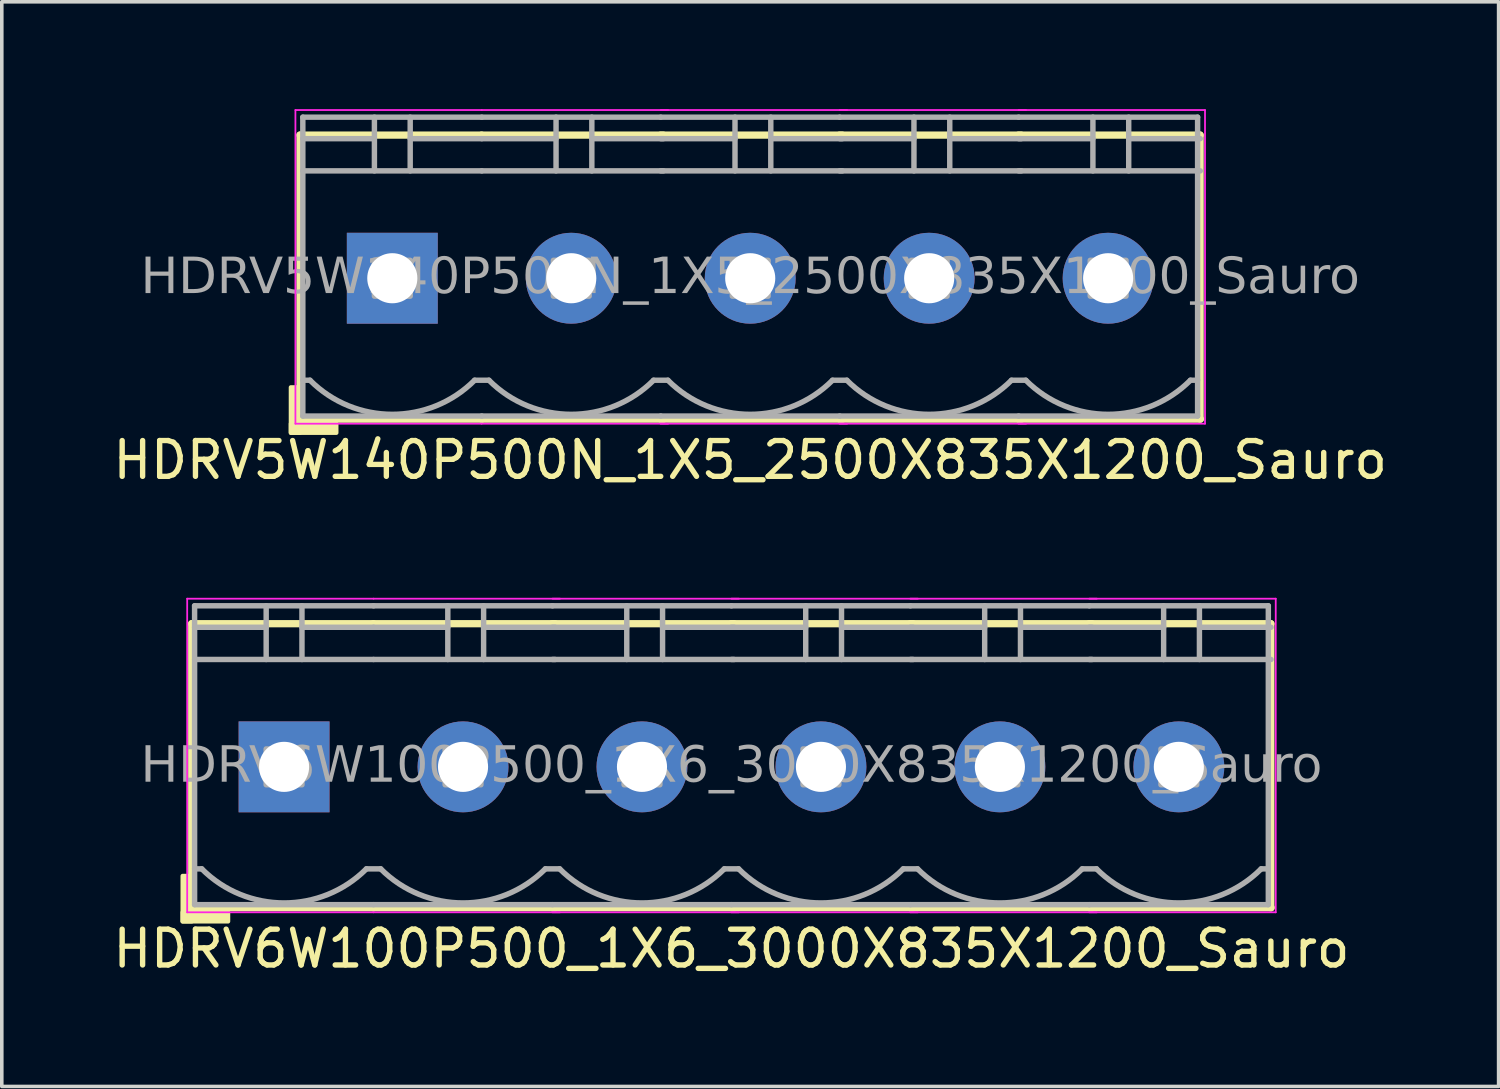
<source format=kicad_pcb>
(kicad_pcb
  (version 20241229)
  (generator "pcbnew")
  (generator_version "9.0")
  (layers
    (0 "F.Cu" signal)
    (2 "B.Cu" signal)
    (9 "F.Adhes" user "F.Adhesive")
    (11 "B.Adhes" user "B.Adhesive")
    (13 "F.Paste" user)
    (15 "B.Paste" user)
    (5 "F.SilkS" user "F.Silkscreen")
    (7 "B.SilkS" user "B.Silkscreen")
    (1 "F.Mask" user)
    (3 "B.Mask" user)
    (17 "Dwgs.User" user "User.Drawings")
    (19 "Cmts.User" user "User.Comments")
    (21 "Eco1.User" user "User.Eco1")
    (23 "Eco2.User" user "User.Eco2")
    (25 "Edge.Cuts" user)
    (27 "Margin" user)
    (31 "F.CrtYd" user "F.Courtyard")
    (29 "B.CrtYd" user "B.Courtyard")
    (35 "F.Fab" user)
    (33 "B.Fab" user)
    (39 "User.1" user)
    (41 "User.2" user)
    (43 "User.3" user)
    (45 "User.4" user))
  (footprint "HDRV5W140P500N_1X5_2500X835X1200_Sauro"
    (layer "F.Cu")
    (at 17.911 4.724)
    (property "Reference" "HDRV5W140P500N_1X5_2500X835X1200_Sauro" (at 0 5.08 0) (layer "F.SilkS") (effects (font (size 1 1) (thickness 0.15))))
    (attr through_hole)
    (fp_line (start -12.58 -4) (end -12.58 3.937) (stroke (width 0.203) (type solid)) (layer "F.SilkS"))
    (fp_line (start -12.58 3.937) (end -7.5 3.937) (stroke (width 0.203) (type solid)) (layer "F.SilkS"))
    (fp_line (start -7.505 -4) (end -12.58 -4) (stroke (width 0.203) (type solid)) (layer "F.SilkS"))
    (fp_line (start -7.5 3.937) (end -2.42 3.937) (stroke (width 0.203) (type solid)) (layer "F.SilkS"))
    (fp_line (start -2.5 3.937) (end 2.58 3.937) (stroke (width 0.203) (type solid)) (layer "F.SilkS"))
    (fp_line (start -2.43 -4) (end -7.505 -4) (stroke (width 0.203) (type solid)) (layer "F.SilkS"))
    (fp_line (start 2.5 3.937) (end 7.58 3.937) (stroke (width 0.203) (type solid)) (layer "F.SilkS"))
    (fp_line (start 2.57 -4) (end -2.505 -4) (stroke (width 0.203) (type solid)) (layer "F.SilkS"))
    (fp_line (start 7.5 3.937) (end 12.58 3.937) (stroke (width 0.203) (type solid)) (layer "F.SilkS"))
    (fp_line (start 7.57 -4) (end 2.495 -4) (stroke (width 0.203) (type solid)) (layer "F.SilkS"))
    (fp_line (start 12.57 -4) (end 7.495 -4) (stroke (width 0.203) (type solid)) (layer "F.SilkS"))
    (fp_line (start 12.57 -4) (end 12.57 3.937) (stroke (width 0.203) (type solid)) (layer "F.SilkS"))
    (fp_rect (start -12.58 3.048) (end -12.834 4.318) (stroke (width 0.12) (type solid)) (fill yes) (layer "F.SilkS"))
    (fp_rect (start -11.564 4.318) (end -12.834 4.064) (stroke (width 0.12) (type solid)) (fill yes) (layer "F.SilkS"))
    (fp_line (start -12.707 4.064) (end -12.707 -4.699) (stroke (width 0.05) (type solid)) (layer "F.CrtYd"))
    (fp_line (start -7.505 4.064) (end -12.707 4.064) (stroke (width 0.05) (type solid)) (layer "F.CrtYd"))
    (fp_line (start -7.5 -4.699) (end -12.707 -4.699) (stroke (width 0.05) (type solid)) (layer "F.CrtYd"))
    (fp_line (start -2.293 -4.699) (end -7.5 -4.699) (stroke (width 0.05) (type solid)) (layer "F.CrtYd"))
    (fp_line (start -2.293 4.064) (end -7.505 4.064) (stroke (width 0.05) (type solid)) (layer "F.CrtYd"))
    (fp_line (start 2.707 -4.699) (end -2.5 -4.699) (stroke (width 0.05) (type solid)) (layer "F.CrtYd"))
    (fp_line (start 2.707 4.064) (end -2.505 4.064) (stroke (width 0.05) (type solid)) (layer "F.CrtYd"))
    (fp_line (start 7.707 -4.699) (end 2.5 -4.699) (stroke (width 0.05) (type solid)) (layer "F.CrtYd"))
    (fp_line (start 7.707 4.064) (end 2.495 4.064) (stroke (width 0.05) (type solid)) (layer "F.CrtYd"))
    (fp_line (start 12.707 -4.699) (end 7.5 -4.699) (stroke (width 0.05) (type solid)) (layer "F.CrtYd"))
    (fp_line (start 12.707 -4.699) (end 12.707 4.064) (stroke (width 0.05) (type solid)) (layer "F.CrtYd"))
    (fp_line (start 12.707 4.064) (end 7.495 4.064) (stroke (width 0.05) (type solid)) (layer "F.CrtYd"))
    (fp_line (start -12.5 -4.5) (end -12.5 3.85) (stroke (width 0.152) (type solid)) (layer "F.Fab"))
    (fp_line (start -12.3 2.85) (end -12.5 2.85) (stroke (width 0.152) (type solid)) (layer "F.Fab"))
    (fp_line (start -10.5 -4.5) (end -10.5 -3) (stroke (width 0.152) (type default)) (layer "F.Fab"))
    (fp_line (start -10.5 -3.9) (end -12.5 -3.9) (stroke (width 0.152) (type solid)) (layer "F.Fab"))
    (fp_line (start -9.5 -4.5) (end -9.5 -3) (stroke (width 0.152) (type default)) (layer "F.Fab"))
    (fp_line (start -9.5 -3.9) (end -7.5 -3.9) (stroke (width 0.152) (type solid)) (layer "F.Fab"))
    (fp_line (start -7.7 2.85) (end -7.3 2.85) (stroke (width 0.152) (type solid)) (layer "F.Fab"))
    (fp_line (start -7.5 -4.5) (end -12.5 -4.5) (stroke (width 0.152) (type solid)) (layer "F.Fab"))
    (fp_line (start -7.5 -3) (end -12.5 -3) (stroke (width 0.152) (type solid)) (layer "F.Fab"))
    (fp_line (start -7.5 3.85) (end -12.5 3.85) (stroke (width 0.152) (type solid)) (layer "F.Fab"))
    (fp_line (start -7.5 3.85) (end -2.5 3.85) (stroke (width 0.152) (type solid)) (layer "F.Fab"))
    (fp_line (start -5.425 -4.5) (end -5.425 -3) (stroke (width 0.152) (type default)) (layer "F.Fab"))
    (fp_line (start -5.425 -3.9) (end -7.5 -3.9) (stroke (width 0.152) (type solid)) (layer "F.Fab"))
    (fp_line (start -4.425 -4.5) (end -4.425 -3) (stroke (width 0.152) (type default)) (layer "F.Fab"))
    (fp_line (start -4.425 -3.9) (end -2.425 -3.9) (stroke (width 0.152) (type solid)) (layer "F.Fab"))
    (fp_line (start -2.7 2.85) (end -2.3 2.85) (stroke (width 0.152) (type solid)) (layer "F.Fab"))
    (fp_line (start -2.5 -4.5) (end -7.5 -4.5) (stroke (width 0.152) (type solid)) (layer "F.Fab"))
    (fp_line (start -2.5 3.85) (end 2.5 3.85) (stroke (width 0.152) (type solid)) (layer "F.Fab"))
    (fp_line (start -2.425 -3) (end -7.5 -3) (stroke (width 0.152) (type solid)) (layer "F.Fab"))
    (fp_line (start -0.425 -4.5) (end -0.425 -3) (stroke (width 0.152) (type default)) (layer "F.Fab"))
    (fp_line (start -0.425 -3.9) (end -2.5 -3.9) (stroke (width 0.152) (type solid)) (layer "F.Fab"))
    (fp_line (start 0.575 -4.5) (end 0.575 -3) (stroke (width 0.152) (type default)) (layer "F.Fab"))
    (fp_line (start 0.575 -3.9) (end 2.575 -3.9) (stroke (width 0.152) (type solid)) (layer "F.Fab"))
    (fp_line (start 2.3 2.85) (end 2.7 2.85) (stroke (width 0.152) (type solid)) (layer "F.Fab"))
    (fp_line (start 2.5 -4.5) (end -2.5 -4.5) (stroke (width 0.152) (type solid)) (layer "F.Fab"))
    (fp_line (start 2.5 3.85) (end 7.5 3.85) (stroke (width 0.152) (type solid)) (layer "F.Fab"))
    (fp_line (start 2.575 -3) (end -2.5 -3) (stroke (width 0.152) (type solid)) (layer "F.Fab"))
    (fp_line (start 4.575 -4.5) (end 4.575 -3) (stroke (width 0.152) (type default)) (layer "F.Fab"))
    (fp_line (start 4.575 -3.9) (end 2.5 -3.9) (stroke (width 0.152) (type solid)) (layer "F.Fab"))
    (fp_line (start 5.575 -4.5) (end 5.575 -3) (stroke (width 0.152) (type default)) (layer "F.Fab"))
    (fp_line (start 5.575 -3.9) (end 7.575 -3.9) (stroke (width 0.152) (type solid)) (layer "F.Fab"))
    (fp_line (start 7.3 2.85) (end 7.7 2.85) (stroke (width 0.152) (type solid)) (layer "F.Fab"))
    (fp_line (start 7.5 -4.5) (end 2.5 -4.5) (stroke (width 0.152) (type solid)) (layer "F.Fab"))
    (fp_line (start 7.5 3.85) (end 12.5 3.85) (stroke (width 0.152) (type solid)) (layer "F.Fab"))
    (fp_line (start 7.575 -3) (end 2.5 -3) (stroke (width 0.152) (type solid)) (layer "F.Fab"))
    (fp_line (start 9.575 -4.5) (end 9.575 -3) (stroke (width 0.152) (type default)) (layer "F.Fab"))
    (fp_line (start 9.575 -3.9) (end 7.5 -3.9) (stroke (width 0.152) (type solid)) (layer "F.Fab"))
    (fp_line (start 10.575 -4.5) (end 10.575 -3) (stroke (width 0.152) (type default)) (layer "F.Fab"))
    (fp_line (start 10.575 -3.9) (end 12.575 -3.9) (stroke (width 0.152) (type solid)) (layer "F.Fab"))
    (fp_line (start 12.5 -4.5) (end 7.5 -4.5) (stroke (width 0.152) (type solid)) (layer "F.Fab"))
    (fp_line (start 12.5 -4.5) (end 12.5 3.85) (stroke (width 0.152) (type solid)) (layer "F.Fab"))
    (fp_line (start 12.5 2.85) (end 12.3 2.85) (stroke (width 0.152) (type solid)) (layer "F.Fab"))
    (fp_line (start 12.575 -3) (end 7.5 -3) (stroke (width 0.152) (type solid)) (layer "F.Fab"))
    (fp_rect (start -10.5 -0.5) (end -9.5 0.5) (stroke (width 0.152) (type solid)) (fill no) (layer "F.Fab"))
    (fp_rect (start -5.5 -0.5) (end -4.5 0.5) (stroke (width 0.152) (type solid)) (fill no) (layer "F.Fab"))
    (fp_rect (start -0.5 -0.5) (end 0.5 0.5) (stroke (width 0.152) (type solid)) (fill no) (layer "F.Fab"))
    (fp_rect (start 4.5 -0.5) (end 5.5 0.5) (stroke (width 0.152) (type solid)) (fill no) (layer "F.Fab"))
    (fp_rect (start 9.5 -0.5) (end 10.5 0.5) (stroke (width 0.152) (type solid)) (fill no) (layer "F.Fab"))
    (fp_arc (start -7.7 2.85) (mid -10 3.802691) (end -12.3 2.85) (stroke (width 0.1524) (type default)) (layer "F.Fab"))
    (fp_arc (start -2.7 2.85) (mid -5 3.802691) (end -7.3 2.85) (stroke (width 0.1524) (type default)) (layer "F.Fab"))
    (fp_arc (start 2.3 2.85) (mid 0 3.802691) (end -2.3 2.85) (stroke (width 0.1524) (type default)) (layer "F.Fab"))
    (fp_arc (start 7.3 2.85) (mid 5 3.802691) (end 2.7 2.85) (stroke (width 0.1524) (type default)) (layer "F.Fab"))
    (fp_arc (start 12.3 2.85) (mid 10 3.802691) (end 7.7 2.85) (stroke (width 0.1524) (type default)) (layer "F.Fab"))
    (fp_text user "${REFERENCE}" (at 0 0 0) (layer "F.Fab") (effects (font (face "Tahoma") (size 1 1) (thickness 0.15))))
    (pad "1" thru_hole rect (at -10 0) (size 2.54 2.54) (drill 1.4) (layers "*.Cu" "*.Mask"))
    (pad "2" thru_hole circle (at -5 0) (size 2.54 2.54) (drill 1.4) (layers "*.Cu" "*.Mask"))
    (pad "3" thru_hole circle (at 0 0) (size 2.54 2.54) (drill 1.4) (layers "*.Cu" "*.Mask"))
    (pad "4" thru_hole circle (at 5 0) (size 2.54 2.54) (drill 1.4) (layers "*.Cu" "*.Mask"))
    (pad "5" thru_hole circle (at 10 0) (size 2.54 2.54) (drill 1.4) (layers "*.Cu" "*.Mask")))
  (footprint "HDRV6W100P500_1X6_3000X835X1200_Sauro"
    (layer "F.Cu")
    (at 17.387 18.376)
    (property "Reference" "HDRV6W100P500_1X6_3000X835X1200_Sauro" (at 0 5.08 0) (layer "F.SilkS") (effects (font (size 1 1) (thickness 0.15))))
    (attr through_hole)
    (fp_line (start -15.08 -4) (end -15.08 3.937) (stroke (width 0.203) (type solid)) (layer "F.SilkS"))
    (fp_line (start -15.08 3.937) (end -10 3.937) (stroke (width 0.203) (type solid)) (layer "F.SilkS"))
    (fp_line (start -10.005 -4) (end -15.08 -4) (stroke (width 0.203) (type solid)) (layer "F.SilkS"))
    (fp_line (start -10 3.937) (end -4.92 3.937) (stroke (width 0.203) (type solid)) (layer "F.SilkS"))
    (fp_line (start -5 3.937) (end 0.08 3.937) (stroke (width 0.203) (type solid)) (layer "F.SilkS"))
    (fp_line (start -4.93 -4) (end -10.005 -4) (stroke (width 0.203) (type solid)) (layer "F.SilkS"))
    (fp_line (start 0 3.937) (end 5.08 3.937) (stroke (width 0.203) (type solid)) (layer "F.SilkS"))
    (fp_line (start 0.07 -4) (end -5.005 -4) (stroke (width 0.203) (type solid)) (layer "F.SilkS"))
    (fp_line (start 5 3.937) (end 10.08 3.937) (stroke (width 0.203) (type solid)) (layer "F.SilkS"))
    (fp_line (start 5.07 -4) (end -0.005 -4) (stroke (width 0.203) (type solid)) (layer "F.SilkS"))
    (fp_line (start 10 3.937) (end 15.08 3.937) (stroke (width 0.203) (type solid)) (layer "F.SilkS"))
    (fp_line (start 10.07 -4) (end 4.995 -4) (stroke (width 0.203) (type solid)) (layer "F.SilkS"))
    (fp_line (start 15.07 -4) (end 9.995 -4) (stroke (width 0.203) (type solid)) (layer "F.SilkS"))
    (fp_line (start 15.07 -4) (end 15.07 3.937) (stroke (width 0.203) (type solid)) (layer "F.SilkS"))
    (fp_rect (start -15.08 3.048) (end -15.334 4.318) (stroke (width 0.12) (type solid)) (fill yes) (layer "F.SilkS"))
    (fp_rect (start -14.064 4.318) (end -15.334 4.064) (stroke (width 0.12) (type solid)) (fill yes) (layer "F.SilkS"))
    (fp_line (start -15.207 4.064) (end -15.207 -4.699) (stroke (width 0.05) (type solid)) (layer "F.CrtYd"))
    (fp_line (start -10.005 4.064) (end -15.207 4.064) (stroke (width 0.05) (type solid)) (layer "F.CrtYd"))
    (fp_line (start -10 -4.699) (end -15.207 -4.699) (stroke (width 0.05) (type solid)) (layer "F.CrtYd"))
    (fp_line (start -4.793 -4.699) (end -10 -4.699) (stroke (width 0.05) (type solid)) (layer "F.CrtYd"))
    (fp_line (start -4.793 4.064) (end -10.005 4.064) (stroke (width 0.05) (type solid)) (layer "F.CrtYd"))
    (fp_line (start 0.207 -4.699) (end -5 -4.699) (stroke (width 0.05) (type solid)) (layer "F.CrtYd"))
    (fp_line (start 0.207 4.064) (end -5.005 4.064) (stroke (width 0.05) (type solid)) (layer "F.CrtYd"))
    (fp_line (start 5.207 -4.699) (end 0 -4.699) (stroke (width 0.05) (type solid)) (layer "F.CrtYd"))
    (fp_line (start 5.207 4.064) (end -0.005 4.064) (stroke (width 0.05) (type solid)) (layer "F.CrtYd"))
    (fp_line (start 10.207 -4.699) (end 5 -4.699) (stroke (width 0.05) (type solid)) (layer "F.CrtYd"))
    (fp_line (start 10.207 4.064) (end 4.995 4.064) (stroke (width 0.05) (type solid)) (layer "F.CrtYd"))
    (fp_line (start 15.207 -4.699) (end 10 -4.699) (stroke (width 0.05) (type solid)) (layer "F.CrtYd"))
    (fp_line (start 15.207 -4.699) (end 15.207 4.064) (stroke (width 0.05) (type solid)) (layer "F.CrtYd"))
    (fp_line (start 15.207 4.064) (end 9.995 4.064) (stroke (width 0.05) (type solid)) (layer "F.CrtYd"))
    (fp_line (start -15 -4.5) (end -15 3.85) (stroke (width 0.152) (type solid)) (layer "F.Fab"))
    (fp_line (start -14.8 2.85) (end -15 2.85) (stroke (width 0.152) (type solid)) (layer "F.Fab"))
    (fp_line (start -13 -4.5) (end -13 -3) (stroke (width 0.152) (type default)) (layer "F.Fab"))
    (fp_line (start -13 -3.9) (end -15 -3.9) (stroke (width 0.152) (type solid)) (layer "F.Fab"))
    (fp_line (start -12 -4.5) (end -12 -3) (stroke (width 0.152) (type default)) (layer "F.Fab"))
    (fp_line (start -12 -3.9) (end -10 -3.9) (stroke (width 0.152) (type solid)) (layer "F.Fab"))
    (fp_line (start -10.2 2.85) (end -9.8 2.85) (stroke (width 0.152) (type solid)) (layer "F.Fab"))
    (fp_line (start -10 -4.5) (end -15 -4.5) (stroke (width 0.152) (type solid)) (layer "F.Fab"))
    (fp_line (start -10 -3) (end -15 -3) (stroke (width 0.152) (type solid)) (layer "F.Fab"))
    (fp_line (start -10 3.85) (end -15 3.85) (stroke (width 0.152) (type solid)) (layer "F.Fab"))
    (fp_line (start -10 3.85) (end -5 3.85) (stroke (width 0.152) (type solid)) (layer "F.Fab"))
    (fp_line (start -7.925 -4.5) (end -7.925 -3) (stroke (width 0.152) (type default)) (layer "F.Fab"))
    (fp_line (start -7.925 -3.9) (end -10 -3.9) (stroke (width 0.152) (type solid)) (layer "F.Fab"))
    (fp_line (start -6.925 -4.5) (end -6.925 -3) (stroke (width 0.152) (type default)) (layer "F.Fab"))
    (fp_line (start -6.925 -3.9) (end -4.925 -3.9) (stroke (width 0.152) (type solid)) (layer "F.Fab"))
    (fp_line (start -5.2 2.85) (end -4.8 2.85) (stroke (width 0.152) (type solid)) (layer "F.Fab"))
    (fp_line (start -5 -4.5) (end -10 -4.5) (stroke (width 0.152) (type solid)) (layer "F.Fab"))
    (fp_line (start -5 3.85) (end 0 3.85) (stroke (width 0.152) (type solid)) (layer "F.Fab"))
    (fp_line (start -4.925 -3) (end -10 -3) (stroke (width 0.152) (type solid)) (layer "F.Fab"))
    (fp_line (start -2.925 -4.5) (end -2.925 -3) (stroke (width 0.152) (type default)) (layer "F.Fab"))
    (fp_line (start -2.925 -3.9) (end -5 -3.9) (stroke (width 0.152) (type solid)) (layer "F.Fab"))
    (fp_line (start -1.925 -4.5) (end -1.925 -3) (stroke (width 0.152) (type default)) (layer "F.Fab"))
    (fp_line (start -1.925 -3.9) (end 0.075 -3.9) (stroke (width 0.152) (type solid)) (layer "F.Fab"))
    (fp_line (start -0.2 2.85) (end 0.2 2.85) (stroke (width 0.152) (type solid)) (layer "F.Fab"))
    (fp_line (start 0 -4.5) (end -5 -4.5) (stroke (width 0.152) (type solid)) (layer "F.Fab"))
    (fp_line (start 0 3.85) (end 5 3.85) (stroke (width 0.152) (type solid)) (layer "F.Fab"))
    (fp_line (start 0.075 -3) (end -5 -3) (stroke (width 0.152) (type solid)) (layer "F.Fab"))
    (fp_line (start 2.075 -4.5) (end 2.075 -3) (stroke (width 0.152) (type default)) (layer "F.Fab"))
    (fp_line (start 2.075 -3.9) (end 0 -3.9) (stroke (width 0.152) (type solid)) (layer "F.Fab"))
    (fp_line (start 3.075 -4.5) (end 3.075 -3) (stroke (width 0.152) (type default)) (layer "F.Fab"))
    (fp_line (start 3.075 -3.9) (end 5.075 -3.9) (stroke (width 0.152) (type solid)) (layer "F.Fab"))
    (fp_line (start 4.8 2.85) (end 5.2 2.85) (stroke (width 0.152) (type solid)) (layer "F.Fab"))
    (fp_line (start 5 -4.5) (end 0 -4.5) (stroke (width 0.152) (type solid)) (layer "F.Fab"))
    (fp_line (start 5 3.85) (end 10 3.85) (stroke (width 0.152) (type solid)) (layer "F.Fab"))
    (fp_line (start 5.075 -3) (end 0 -3) (stroke (width 0.152) (type solid)) (layer "F.Fab"))
    (fp_line (start 7.075 -4.5) (end 7.075 -3) (stroke (width 0.152) (type default)) (layer "F.Fab"))
    (fp_line (start 7.075 -3.9) (end 5 -3.9) (stroke (width 0.152) (type solid)) (layer "F.Fab"))
    (fp_line (start 8.075 -4.5) (end 8.075 -3) (stroke (width 0.152) (type default)) (layer "F.Fab"))
    (fp_line (start 8.075 -3.9) (end 10.075 -3.9) (stroke (width 0.152) (type solid)) (layer "F.Fab"))
    (fp_line (start 9.8 2.85) (end 10.2 2.85) (stroke (width 0.152) (type solid)) (layer "F.Fab"))
    (fp_line (start 10 -4.5) (end 5 -4.5) (stroke (width 0.152) (type solid)) (layer "F.Fab"))
    (fp_line (start 10 3.85) (end 15 3.85) (stroke (width 0.152) (type solid)) (layer "F.Fab"))
    (fp_line (start 10.075 -3) (end 5 -3) (stroke (width 0.152) (type solid)) (layer "F.Fab"))
    (fp_line (start 12.075 -4.5) (end 12.075 -3) (stroke (width 0.152) (type default)) (layer "F.Fab"))
    (fp_line (start 12.075 -3.9) (end 10 -3.9) (stroke (width 0.152) (type solid)) (layer "F.Fab"))
    (fp_line (start 13.075 -4.5) (end 13.075 -3) (stroke (width 0.152) (type default)) (layer "F.Fab"))
    (fp_line (start 13.075 -3.9) (end 15.075 -3.9) (stroke (width 0.152) (type solid)) (layer "F.Fab"))
    (fp_line (start 15 -4.5) (end 10 -4.5) (stroke (width 0.152) (type solid)) (layer "F.Fab"))
    (fp_line (start 15 -4.5) (end 15 3.85) (stroke (width 0.152) (type solid)) (layer "F.Fab"))
    (fp_line (start 15 2.85) (end 14.8 2.85) (stroke (width 0.152) (type solid)) (layer "F.Fab"))
    (fp_line (start 15.075 -3) (end 10 -3) (stroke (width 0.152) (type solid)) (layer "F.Fab"))
    (fp_rect (start -13 -0.5) (end -12 0.5) (stroke (width 0.152) (type solid)) (fill no) (layer "F.Fab"))
    (fp_rect (start -8 -0.5) (end -7 0.5) (stroke (width 0.152) (type solid)) (fill no) (layer "F.Fab"))
    (fp_rect (start -3 -0.5) (end -2 0.5) (stroke (width 0.152) (type solid)) (fill no) (layer "F.Fab"))
    (fp_rect (start 2 -0.5) (end 3 0.5) (stroke (width 0.152) (type solid)) (fill no) (layer "F.Fab"))
    (fp_rect (start 7 -0.5) (end 8 0.5) (stroke (width 0.152) (type solid)) (fill no) (layer "F.Fab"))
    (fp_rect (start 12 -0.5) (end 13 0.5) (stroke (width 0.152) (type solid)) (fill no) (layer "F.Fab"))
    (fp_arc (start -10.2 2.85) (mid -12.5 3.802691) (end -14.8 2.85) (stroke (width 0.1524) (type default)) (layer "F.Fab"))
    (fp_arc (start -5.2 2.85) (mid -7.5 3.802691) (end -9.8 2.85) (stroke (width 0.1524) (type default)) (layer "F.Fab"))
    (fp_arc (start -0.2 2.85) (mid -2.5 3.802691) (end -4.8 2.85) (stroke (width 0.1524) (type default)) (layer "F.Fab"))
    (fp_arc (start 4.8 2.85) (mid 2.5 3.802691) (end 0.2 2.85) (stroke (width 0.1524) (type default)) (layer "F.Fab"))
    (fp_arc (start 9.8 2.85) (mid 7.5 3.802691) (end 5.2 2.85) (stroke (width 0.1524) (type default)) (layer "F.Fab"))
    (fp_arc (start 14.8 2.85) (mid 12.5 3.802691) (end 10.2 2.85) (stroke (width 0.1524) (type default)) (layer "F.Fab"))
    (fp_text user "${REFERENCE}" (at 0 0 0) (layer "F.Fab") (effects (font (face "Tahoma") (size 1 1) (thickness 0.15))))
    (pad "1" thru_hole rect (at -12.5 0) (size 2.54 2.54) (drill 1.4) (layers "*.Cu" "*.Mask"))
    (pad "2" thru_hole circle (at -7.5 0) (size 2.54 2.54) (drill 1.4) (layers "*.Cu" "*.Mask"))
    (pad "3" thru_hole circle (at -2.5 0) (size 2.54 2.54) (drill 1.4) (layers "*.Cu" "*.Mask"))
    (pad "4" thru_hole circle (at 2.5 0) (size 2.54 2.54) (drill 1.4) (layers "*.Cu" "*.Mask"))
    (pad "5" thru_hole circle (at 7.5 0) (size 2.54 2.54) (drill 1.4) (layers "*.Cu" "*.Mask"))
    (pad "6" thru_hole circle (at 12.5 0) (size 2.54 2.54) (drill 1.4) (layers "*.Cu" "*.Mask")))
  (gr_rect
    (start -3 -3)
    (end 38.821 27.305)
    (stroke (width 0.1) (type default))
    (fill no)
    (layer "Edge.Cuts")))
</source>
